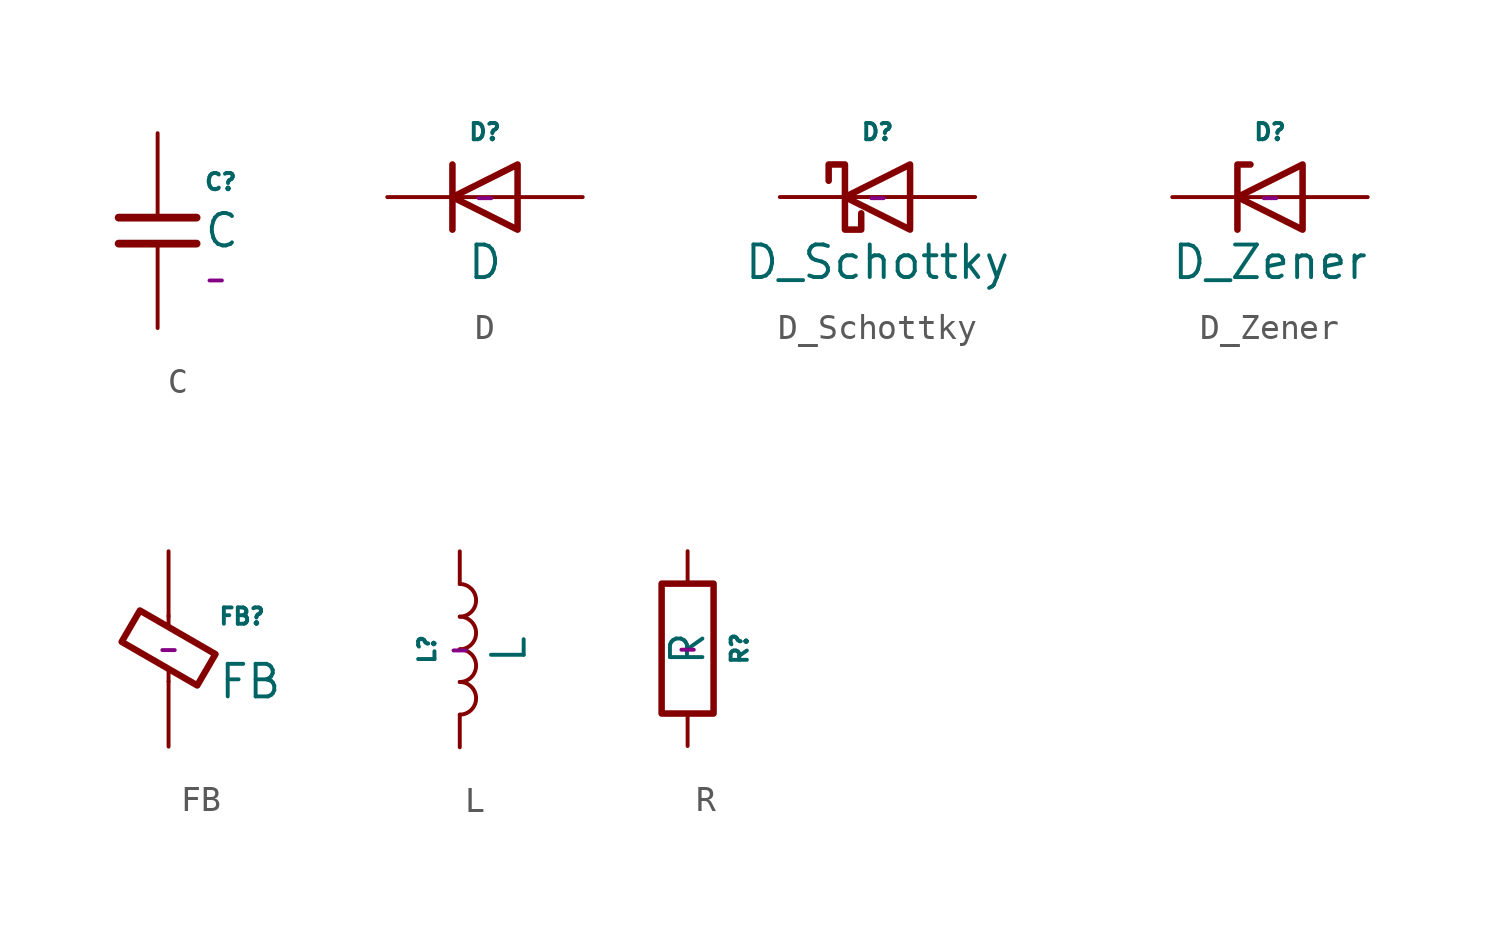
<source format=kicad_sym>
(kicad_symbol_lib
  (version 20211014)
  (generator kicad_symbol_editor)
  (symbol "C"
    (pin_numbers hide)
    (pin_names
      (offset 0.254) hide)
    (property "Reference" "C"
      (at 1.778 1.905 0)
      (effects (font (size 0.635 0.635)) (justify left)))
    (property "Value" "C"
      (at 1.778 0 0)
      (effects (font (size 1.27 1.27)) (justify left)))
    (property "Type" "-"
      (at 1.778 -1.905 0)
      (effects (font (size 0.635 0.635)) (justify left)))
    (symbol "C_0_1"
      (polyline (pts (xy -1.524 -0.508) (xy 1.524 -0.508)) (stroke (width 0.305) (type default) (color 0 0 0 0)) (fill (type none)))
      (polyline (pts (xy -1.524 0.508) (xy 1.524 0.508)) (stroke (width 0.305) (type default) (color 0 0 0 0)) (fill (type none))))
    (symbol "C_1_1"
      (pin passive line (at 0 3.81 270) (length 3.302) (name "~" (effects (font (size 1.27 1.27)))) (number "1" (effects (font (size 1.27 1.27)))))
      (pin passive line (at 0 -3.81 90) (length 3.302) (name "~" (effects (font (size 1.27 1.27)))) (number "2" (effects (font (size 1.27 1.27)))))))
  (symbol "D"
    (pin_numbers hide)
    (pin_names
      (offset 1.016) hide)
    (property "Reference" "D"
      (at 0 2.54 0)
      (effects (font (size 0.635 0.635))))
    (property "Value" "D"
      (at 0 -2.54 0)
      (effects (font (size 1.27 1.27))))
    (property "Type" "-"
      (at 0 0 0)
      (effects (font (size 0.635 0.635))))
    (symbol "D_0_1"
      (polyline (pts (xy -1.27 1.27) (xy -1.27 -1.27)) (stroke (width 0.254) (type default) (color 0 0 0 0)) (fill (type none)))
      (polyline (pts (xy 1.27 0) (xy -1.27 0)) (stroke (width 0) (type default) (color 0 0 0 0)) (fill (type none)))
      (polyline (pts (xy 1.27 1.27) (xy 1.27 -1.27) (xy -1.27 0) (xy 1.27 1.27)) (stroke (width 0.254) (type default) (color 0 0 0 0)) (fill (type none))))
    (symbol "D_1_1"
      (pin passive line (at -3.81 0 0) (length 2.54) (name "K" (effects (font (size 1.27 1.27)))) (number "1" (effects (font (size 1.27 1.27)))))
      (pin passive line (at 3.81 0 180) (length 2.54) (name "A" (effects (font (size 1.27 1.27)))) (number "2" (effects (font (size 1.27 1.27)))))))
  (symbol "D_Schottky"
    (pin_numbers hide)
    (pin_names
      (offset 1.016) hide)
    (property "Reference" "D"
      (at 0 2.54 0)
      (effects (font (size 0.635 0.635))))
    (property "Value" "D_Schottky"
      (at 0 -2.54 0)
      (effects (font (size 1.27 1.27))))
    (property "Type" "-"
      (at 0 0 0)
      (effects (font (size 0.635 0.635))))
    (symbol "D_Schottky_0_1"
      (polyline (pts (xy 1.27 0) (xy -1.27 0)) (stroke (width 0) (type default) (color 0 0 0 0)) (fill (type none)))
      (polyline (pts (xy 1.27 1.27) (xy 1.27 -1.27) (xy -1.27 0) (xy 1.27 1.27)) (stroke (width 0.254) (type default) (color 0 0 0 0)) (fill (type none)))
      (polyline (pts (xy -1.905 0.635) (xy -1.905 1.27) (xy -1.27 1.27) (xy -1.27 -1.27) (xy -0.635 -1.27) (xy -0.635 -0.635)) (stroke (width 0.254) (type default) (color 0 0 0 0)) (fill (type none))))
    (symbol "D_Schottky_1_1"
      (pin passive line (at -3.81 0 0) (length 2.54) (name "K" (effects (font (size 1.27 1.27)))) (number "1" (effects (font (size 1.27 1.27)))))
      (pin passive line (at 3.81 0 180) (length 2.54) (name "A" (effects (font (size 1.27 1.27)))) (number "2" (effects (font (size 1.27 1.27)))))))
  (symbol "D_Zener"
    (pin_numbers hide)
    (pin_names
      (offset 1.016) hide)
    (property "Reference" "D"
      (at 0 2.54 0)
      (effects (font (size 0.635 0.635))))
    (property "Value" "D_Zener"
      (at 0 -2.54 0)
      (effects (font (size 1.27 1.27))))
    (property "Type" "-"
      (at 0 0 0)
      (effects (font (size 0.635 0.635))))
    (symbol "D_Zener_0_1"
      (polyline (pts (xy 1.27 0) (xy -1.27 0)) (stroke (width 0) (type default) (color 0 0 0 0)) (fill (type none)))
      (polyline (pts (xy -1.27 -1.27) (xy -1.27 1.27) (xy -0.762 1.27)) (stroke (width 0.254) (type default) (color 0 0 0 0)) (fill (type none)))
      (polyline (pts (xy 1.27 -1.27) (xy 1.27 1.27) (xy -1.27 0) (xy 1.27 -1.27)) (stroke (width 0.254) (type default) (color 0 0 0 0)) (fill (type none))))
    (symbol "D_Zener_1_1"
      (pin passive line (at -3.81 0 0) (length 2.54) (name "K" (effects (font (size 1.27 1.27)))) (number "1" (effects (font (size 1.27 1.27)))))
      (pin passive line (at 3.81 0 180) (length 2.54) (name "A" (effects (font (size 1.27 1.27)))) (number "2" (effects (font (size 1.27 1.27)))))))
  (symbol "FB"
    (pin_numbers hide)
    (pin_names
      (offset 0))
    (property "Reference" "FB"
      (at 1.905 1.27 0)
      (effects (font (size 0.635 0.635)) (justify left)))
    (property "Value" "FB"
      (at 1.905 -1.27 0)
      (effects (font (size 1.27 1.27)) (justify left)))
    (property "Type" "-"
      (at 0 0 0)
      (effects (font (size 0.635 0.635))))
    (symbol "FB_0_1"
      (polyline (pts (xy 0 -1.27) (xy 0 -0.787)) (stroke (width 0) (type default) (color 0 0 0 0)) (fill (type none)))
      (polyline (pts (xy 0 0.889) (xy 0 1.295)) (stroke (width 0) (type default) (color 0 0 0 0)) (fill (type none)))
      (polyline (pts (xy -1.829 0.279) (xy -1.118 1.499) (xy 1.829 -0.203) (xy 1.118 -1.422) (xy -1.829 0.279)) (stroke (width 0.254) (type default) (color 0 0 0 0)) (fill (type none))))
    (symbol "FB_1_1"
      (pin passive line (at 0 3.81 270) (length 2.54) (name "~" (effects (font (size 1.27 1.27)))) (number "1" (effects (font (size 1.27 1.27)))))
      (pin passive line (at 0 -3.81 90) (length 2.54) (name "~" (effects (font (size 1.27 1.27)))) (number "2" (effects (font (size 1.27 1.27)))))))
  (symbol "L"
    (pin_numbers hide)
    (pin_names
      (offset 1.016) hide)
    (property "Reference" "L"
      (at -1.27 0 90)
      (effects (font (size 0.635 0.635))))
    (property "Value" "L"
      (at 1.905 0 90)
      (effects (font (size 1.27 1.27))))
    (property "Type" "-"
      (at 0 0 0)
      (effects (font (size 0.635 0.635))))
    (symbol "L_0_1"
      (arc (start 0 -2.54) (mid 0.635 -1.905) (end 0 -1.27) (stroke (width 0) (type default) (color 0 0 0 0)) (fill (type none)))
      (arc (start 0 -1.27) (mid 0.635 -0.635) (end 0 0) (stroke (width 0) (type default) (color 0 0 0 0)) (fill (type none)))
      (arc (start 0 0) (mid 0.635 0.635) (end 0 1.27) (stroke (width 0) (type default) (color 0 0 0 0)) (fill (type none)))
      (arc (start 0 1.27) (mid 0.635 1.905) (end 0 2.54) (stroke (width 0) (type default) (color 0 0 0 0)) (fill (type none))))
    (symbol "L_1_1"
      (pin passive line (at 0 3.81 270) (length 1.27) (name "1" (effects (font (size 1.27 1.27)))) (number "1" (effects (font (size 1.27 1.27)))))
      (pin passive line (at 0 -3.81 90) (length 1.27) (name "2" (effects (font (size 1.27 1.27)))) (number "2" (effects (font (size 1.27 1.27)))))))
  (symbol "R"
    (pin_numbers hide)
    (pin_names
      (offset 0))
    (property "Reference" "R"
      (at 2.032 0 90)
      (effects (font (size 0.635 0.635))))
    (property "Value" "R"
      (at 0 0 90)
      (effects (font (size 1.27 1.27))))
    (property "Type" "-"
      (at 0 0 0)
      (effects (font (size 0.635 0.635))))
    (symbol "R_0_1"
      (rectangle (start -1.016 -2.54) (end 1.016 2.54) (stroke (width 0.254) (type default) (color 0 0 0 0)) (fill (type none))))
    (symbol "R_1_1"
      (pin passive line (at 0 3.81 270) (length 1.27) (name "~" (effects (font (size 1.27 1.27)))) (number "1" (effects (font (size 1.27 1.27)))))
      (pin passive line (at 0 -3.81 90) (length 1.27) (name "~" (effects (font (size 1.27 1.27)))) (number "2" (effects (font (size 1.27 1.27))))))))
</source>
